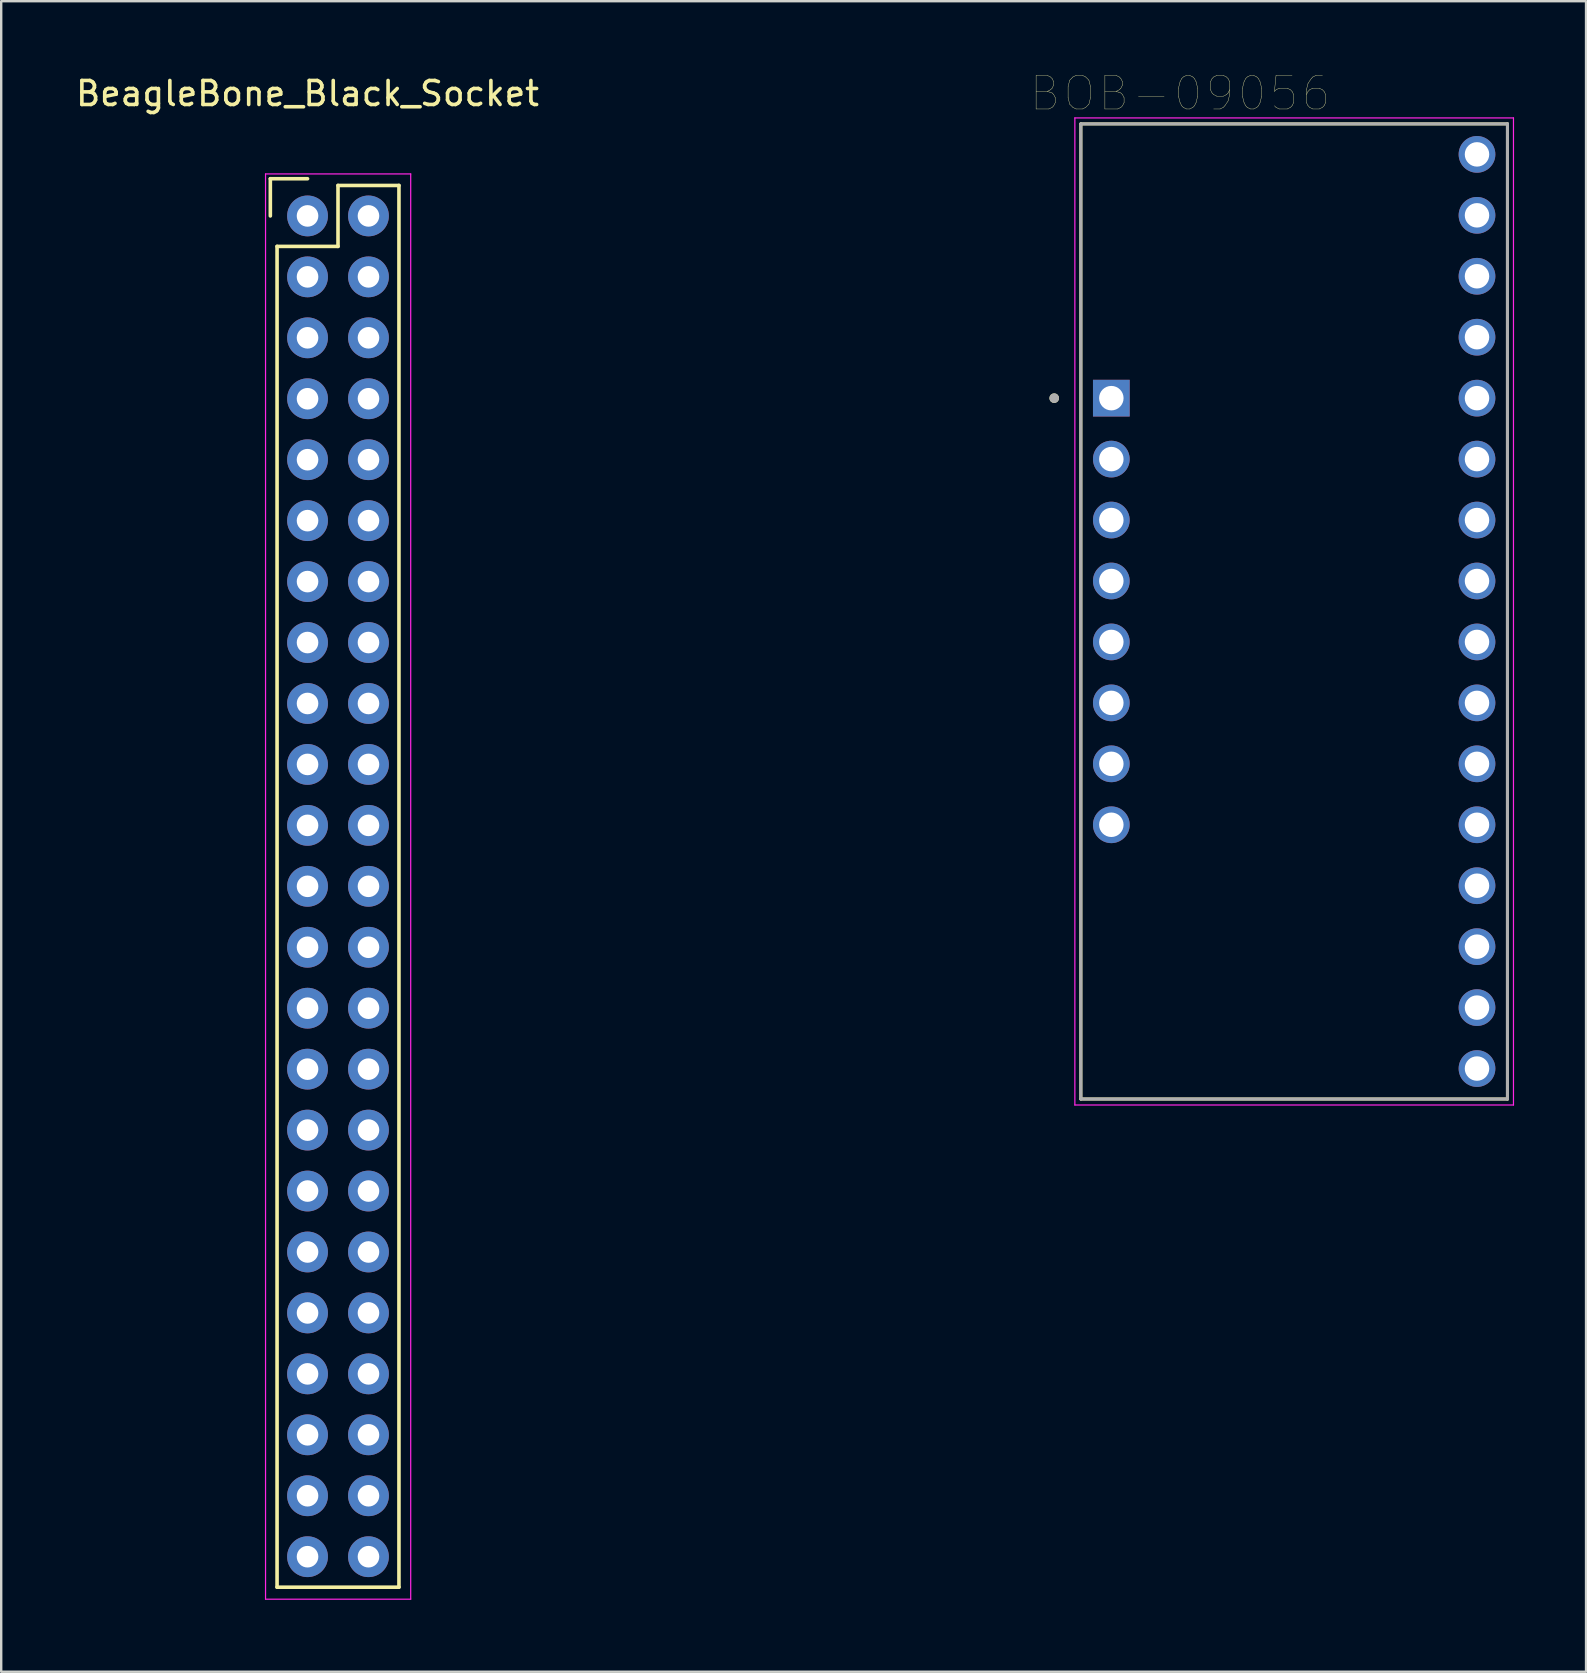
<source format=kicad_pcb>
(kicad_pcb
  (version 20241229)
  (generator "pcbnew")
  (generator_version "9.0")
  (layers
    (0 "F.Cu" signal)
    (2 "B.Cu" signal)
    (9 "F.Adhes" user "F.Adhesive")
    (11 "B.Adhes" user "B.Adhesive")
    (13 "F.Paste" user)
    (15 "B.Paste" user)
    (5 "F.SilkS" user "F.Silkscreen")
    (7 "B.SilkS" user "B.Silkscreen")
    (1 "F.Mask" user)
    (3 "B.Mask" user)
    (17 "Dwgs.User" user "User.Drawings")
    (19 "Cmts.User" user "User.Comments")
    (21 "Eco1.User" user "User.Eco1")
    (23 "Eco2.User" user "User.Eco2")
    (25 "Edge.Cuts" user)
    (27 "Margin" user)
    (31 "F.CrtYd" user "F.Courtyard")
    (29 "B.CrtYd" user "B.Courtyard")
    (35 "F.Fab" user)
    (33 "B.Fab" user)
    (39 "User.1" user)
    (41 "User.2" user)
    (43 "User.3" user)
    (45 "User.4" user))
  (footprint "BOB-09056"
    (layer "F.Cu")
    (at 50.887 22.434)
    (property "Reference" "BOB-09056" (at -4.755 -21.589 0) (layer "F.SilkS") (effects (font (size 1.4 1.4) (thickness 0.015))))
    (attr through_hole)
    (fp_line (start -8.89 -20.32) (end 8.89 -20.32) (stroke (width 0.127) (type solid)) (layer "F.SilkS"))
    (fp_line (start -8.89 20.32) (end -8.89 -20.32) (stroke (width 0.127) (type solid)) (layer "F.SilkS"))
    (fp_line (start 8.89 -20.32) (end 8.89 20.32) (stroke (width 0.127) (type solid)) (layer "F.SilkS"))
    (fp_line (start 8.89 20.32) (end -8.89 20.32) (stroke (width 0.127) (type solid)) (layer "F.SilkS"))
    (fp_circle (center -10 -8.89) (end -9.9 -8.89) (stroke (width 0.2) (type solid)) (fill no) (layer "F.SilkS"))
    (fp_line (start -9.14 -20.57) (end 9.14 -20.57) (stroke (width 0.05) (type solid)) (layer "F.CrtYd"))
    (fp_line (start -9.14 20.57) (end -9.14 -20.57) (stroke (width 0.05) (type solid)) (layer "F.CrtYd"))
    (fp_line (start 9.14 -20.57) (end 9.14 20.57) (stroke (width 0.05) (type solid)) (layer "F.CrtYd"))
    (fp_line (start 9.14 20.57) (end -9.14 20.57) (stroke (width 0.05) (type solid)) (layer "F.CrtYd"))
    (fp_line (start -8.89 -20.32) (end 8.89 -20.32) (stroke (width 0.127) (type solid)) (layer "F.Fab"))
    (fp_line (start -8.89 20.32) (end -8.89 -20.32) (stroke (width 0.127) (type solid)) (layer "F.Fab"))
    (fp_line (start 8.89 -20.32) (end 8.89 20.32) (stroke (width 0.127) (type solid)) (layer "F.Fab"))
    (fp_line (start 8.89 20.32) (end -8.89 20.32) (stroke (width 0.127) (type solid)) (layer "F.Fab"))
    (fp_circle (center -10 -8.89) (end -9.9 -8.89) (stroke (width 0.2) (type solid)) (fill no) (layer "F.Fab"))
    (pad "1" thru_hole rect (at -7.62 -8.89) (size 1.53 1.53) (drill 1.02) (layers "*.Cu" "*.Mask"))
    (pad "2" thru_hole circle (at -7.62 -6.35) (size 1.53 1.53) (drill 1.02) (layers "*.Cu" "*.Mask"))
    (pad "3" thru_hole circle (at -7.62 -3.81) (size 1.53 1.53) (drill 1.02) (layers "*.Cu" "*.Mask"))
    (pad "4" thru_hole circle (at -7.62 -1.27) (size 1.53 1.53) (drill 1.02) (layers "*.Cu" "*.Mask"))
    (pad "5" thru_hole circle (at -7.62 1.27) (size 1.53 1.53) (drill 1.02) (layers "*.Cu" "*.Mask"))
    (pad "6" thru_hole circle (at -7.62 3.81) (size 1.53 1.53) (drill 1.02) (layers "*.Cu" "*.Mask"))
    (pad "7" thru_hole circle (at -7.62 6.35) (size 1.53 1.53) (drill 1.02) (layers "*.Cu" "*.Mask"))
    (pad "8" thru_hole circle (at -7.62 8.89) (size 1.53 1.53) (drill 1.02) (layers "*.Cu" "*.Mask"))
    (pad "9" thru_hole circle (at 7.62 -19.05) (size 1.53 1.53) (drill 1.02) (layers "*.Cu" "*.Mask"))
    (pad "10" thru_hole circle (at 7.62 -16.51) (size 1.53 1.53) (drill 1.02) (layers "*.Cu" "*.Mask"))
    (pad "11" thru_hole circle (at 7.62 -13.97) (size 1.53 1.53) (drill 1.02) (layers "*.Cu" "*.Mask"))
    (pad "12" thru_hole circle (at 7.62 -11.43) (size 1.53 1.53) (drill 1.02) (layers "*.Cu" "*.Mask"))
    (pad "13" thru_hole circle (at 7.62 -8.89) (size 1.53 1.53) (drill 1.02) (layers "*.Cu" "*.Mask"))
    (pad "14" thru_hole circle (at 7.62 -6.35) (size 1.53 1.53) (drill 1.02) (layers "*.Cu" "*.Mask"))
    (pad "15" thru_hole circle (at 7.62 -3.81) (size 1.53 1.53) (drill 1.02) (layers "*.Cu" "*.Mask"))
    (pad "16" thru_hole circle (at 7.62 -1.27) (size 1.53 1.53) (drill 1.02) (layers "*.Cu" "*.Mask"))
    (pad "17" thru_hole circle (at 7.62 1.27) (size 1.53 1.53) (drill 1.02) (layers "*.Cu" "*.Mask"))
    (pad "18" thru_hole circle (at 7.62 3.81) (size 1.53 1.53) (drill 1.02) (layers "*.Cu" "*.Mask"))
    (pad "19" thru_hole circle (at 7.62 6.35) (size 1.53 1.53) (drill 1.02) (layers "*.Cu" "*.Mask"))
    (pad "20" thru_hole circle (at 7.62 8.89) (size 1.53 1.53) (drill 1.02) (layers "*.Cu" "*.Mask"))
    (pad "21" thru_hole circle (at 7.62 11.43) (size 1.53 1.53) (drill 1.02) (layers "*.Cu" "*.Mask"))
    (pad "22" thru_hole circle (at 7.62 13.97) (size 1.53 1.53) (drill 1.02) (layers "*.Cu" "*.Mask"))
    (pad "23" thru_hole circle (at 7.62 16.51) (size 1.53 1.53) (drill 1.02) (layers "*.Cu" "*.Mask"))
    (pad "24" thru_hole circle (at 7.62 19.05) (size 1.53 1.53) (drill 1.02) (layers "*.Cu" "*.Mask")))
  (footprint "BeagleBone_Black_Socket"
    (layer "F.Cu")
    (at 36.666 6.482)
    (property "Reference" "BeagleBone_Black_Socket" (at -26.899 -5.633 0) (layer "F.SilkS") (effects (font (size 1 1) (thickness 0.15))))
    (attr through_hole)
    (fp_line (start -28.449 -2.083) (end -28.449 -0.533) (stroke (width 0.15) (type solid)) (layer "F.SilkS"))
    (fp_line (start -28.169 56.617) (end -28.169 0.737) (stroke (width 0.15) (type solid)) (layer "F.SilkS"))
    (fp_line (start -26.899 -2.083) (end -28.449 -2.083) (stroke (width 0.15) (type solid)) (layer "F.SilkS"))
    (fp_line (start -25.629 -1.803) (end -25.629 0.737) (stroke (width 0.15) (type solid)) (layer "F.SilkS"))
    (fp_line (start -25.629 0.737) (end -28.169 0.737) (stroke (width 0.15) (type solid)) (layer "F.SilkS"))
    (fp_line (start -23.089 -1.803) (end -25.629 -1.803) (stroke (width 0.15) (type solid)) (layer "F.SilkS"))
    (fp_line (start -23.089 56.617) (end -28.169 56.617) (stroke (width 0.15) (type solid)) (layer "F.SilkS"))
    (fp_line (start -23.089 56.617) (end -23.089 -1.803) (stroke (width 0.15) (type solid)) (layer "F.SilkS"))
    (fp_line (start -28.649 -2.283) (end -28.649 57.117) (stroke (width 0.05) (type solid)) (layer "F.CrtYd"))
    (fp_line (start -28.649 -2.283) (end -22.599 -2.283) (stroke (width 0.05) (type solid)) (layer "F.CrtYd"))
    (fp_line (start -28.649 57.117) (end -22.599 57.117) (stroke (width 0.05) (type solid)) (layer "F.CrtYd"))
    (fp_line (start -22.599 -2.283) (end -22.599 57.117) (stroke (width 0.05) (type solid)) (layer "F.CrtYd"))
    (pad "1" thru_hole circle (at -26.899 -0.533) (size 1.7 1.7) (drill 0.9) (layers "*.Cu" "*.Mask"))
    (pad "2" thru_hole circle (at -24.359 -0.533) (size 1.7 1.7) (drill 0.9) (layers "*.Cu" "*.Mask"))
    (pad "3" thru_hole circle (at -26.899 2.007) (size 1.7 1.7) (drill 0.9) (layers "*.Cu" "*.Mask"))
    (pad "4" thru_hole circle (at -24.359 2.007) (size 1.7 1.7) (drill 0.9) (layers "*.Cu" "*.Mask"))
    (pad "5" thru_hole circle (at -26.899 4.547) (size 1.7 1.7) (drill 0.9) (layers "*.Cu" "*.Mask"))
    (pad "6" thru_hole circle (at -24.359 4.547) (size 1.7 1.7) (drill 0.9) (layers "*.Cu" "*.Mask"))
    (pad "7" thru_hole circle (at -26.899 7.087) (size 1.7 1.7) (drill 0.9) (layers "*.Cu" "*.Mask"))
    (pad "8" thru_hole circle (at -24.359 7.087) (size 1.7 1.7) (drill 0.9) (layers "*.Cu" "*.Mask"))
    (pad "9" thru_hole circle (at -26.899 9.627) (size 1.7 1.7) (drill 0.9) (layers "*.Cu" "*.Mask"))
    (pad "10" thru_hole circle (at -24.359 9.627) (size 1.7 1.7) (drill 0.9) (layers "*.Cu" "*.Mask"))
    (pad "11" thru_hole circle (at -26.899 12.167) (size 1.7 1.7) (drill 0.9) (layers "*.Cu" "*.Mask"))
    (pad "12" thru_hole circle (at -24.359 12.167) (size 1.7 1.7) (drill 0.9) (layers "*.Cu" "*.Mask"))
    (pad "13" thru_hole circle (at -26.899 14.707) (size 1.7 1.7) (drill 0.9) (layers "*.Cu" "*.Mask"))
    (pad "14" thru_hole circle (at -24.359 14.707) (size 1.7 1.7) (drill 0.9) (layers "*.Cu" "*.Mask"))
    (pad "15" thru_hole circle (at -26.899 17.247) (size 1.7 1.7) (drill 0.9) (layers "*.Cu" "*.Mask"))
    (pad "16" thru_hole circle (at -24.359 17.247) (size 1.7 1.7) (drill 0.9) (layers "*.Cu" "*.Mask"))
    (pad "17" thru_hole circle (at -26.899 19.787) (size 1.7 1.7) (drill 0.9) (layers "*.Cu" "*.Mask"))
    (pad "18" thru_hole circle (at -24.359 19.787) (size 1.7 1.7) (drill 0.9) (layers "*.Cu" "*.Mask"))
    (pad "19" thru_hole circle (at -26.899 22.327) (size 1.7 1.7) (drill 0.9) (layers "*.Cu" "*.Mask"))
    (pad "20" thru_hole circle (at -24.359 22.327) (size 1.7 1.7) (drill 0.9) (layers "*.Cu" "*.Mask"))
    (pad "21" thru_hole circle (at -26.899 24.867) (size 1.7 1.7) (drill 0.9) (layers "*.Cu" "*.Mask"))
    (pad "22" thru_hole circle (at -24.359 24.867) (size 1.7 1.7) (drill 0.9) (layers "*.Cu" "*.Mask"))
    (pad "23" thru_hole circle (at -26.899 27.407) (size 1.7 1.7) (drill 0.9) (layers "*.Cu" "*.Mask"))
    (pad "24" thru_hole circle (at -24.359 27.407) (size 1.7 1.7) (drill 0.9) (layers "*.Cu" "*.Mask"))
    (pad "25" thru_hole circle (at -26.899 29.947) (size 1.7 1.7) (drill 0.9) (layers "*.Cu" "*.Mask"))
    (pad "26" thru_hole circle (at -24.359 29.947) (size 1.7 1.7) (drill 0.9) (layers "*.Cu" "*.Mask"))
    (pad "27" thru_hole circle (at -26.899 32.487) (size 1.7 1.7) (drill 0.9) (layers "*.Cu" "*.Mask"))
    (pad "28" thru_hole circle (at -24.359 32.487) (size 1.7 1.7) (drill 0.9) (layers "*.Cu" "*.Mask"))
    (pad "29" thru_hole circle (at -26.899 35.027) (size 1.7 1.7) (drill 0.9) (layers "*.Cu" "*.Mask"))
    (pad "30" thru_hole circle (at -24.359 35.027) (size 1.7 1.7) (drill 0.9) (layers "*.Cu" "*.Mask"))
    (pad "31" thru_hole circle (at -26.899 37.567) (size 1.7 1.7) (drill 0.9) (layers "*.Cu" "*.Mask"))
    (pad "32" thru_hole circle (at -24.359 37.567) (size 1.7 1.7) (drill 0.9) (layers "*.Cu" "*.Mask"))
    (pad "33" thru_hole circle (at -26.899 40.107) (size 1.7 1.7) (drill 0.9) (layers "*.Cu" "*.Mask"))
    (pad "34" thru_hole circle (at -24.359 40.107) (size 1.7 1.7) (drill 0.9) (layers "*.Cu" "*.Mask"))
    (pad "35" thru_hole circle (at -26.899 42.647) (size 1.7 1.7) (drill 0.9) (layers "*.Cu" "*.Mask"))
    (pad "36" thru_hole circle (at -24.359 42.647) (size 1.7 1.7) (drill 0.9) (layers "*.Cu" "*.Mask"))
    (pad "37" thru_hole circle (at -26.899 45.187) (size 1.7 1.7) (drill 0.9) (layers "*.Cu" "*.Mask"))
    (pad "38" thru_hole circle (at -24.359 45.187) (size 1.7 1.7) (drill 0.9) (layers "*.Cu" "*.Mask"))
    (pad "39" thru_hole circle (at -26.899 47.727) (size 1.7 1.7) (drill 0.9) (layers "*.Cu" "*.Mask"))
    (pad "40" thru_hole circle (at -24.359 47.727) (size 1.7 1.7) (drill 0.9) (layers "*.Cu" "*.Mask"))
    (pad "41" thru_hole circle (at -26.899 50.267) (size 1.7 1.7) (drill 0.9) (layers "*.Cu" "*.Mask"))
    (pad "42" thru_hole circle (at -24.359 50.267) (size 1.7 1.7) (drill 0.9) (layers "*.Cu" "*.Mask"))
    (pad "43" thru_hole circle (at -26.899 52.807) (size 1.7 1.7) (drill 0.9) (layers "*.Cu" "*.Mask"))
    (pad "44" thru_hole circle (at -24.359 52.807) (size 1.7 1.7) (drill 0.9) (layers "*.Cu" "*.Mask"))
    (pad "45" thru_hole circle (at -26.899 55.347) (size 1.7 1.7) (drill 0.9) (layers "*.Cu" "*.Mask"))
    (pad "46" thru_hole circle (at -24.359 55.347) (size 1.7 1.7) (drill 0.9) (layers "*.Cu" "*.Mask")))
  (gr_rect
    (start -3 -3)
    (end 63.052 66.623)
    (stroke (width 0.1) (type default))
    (fill no)
    (layer "Edge.Cuts")))
</source>
